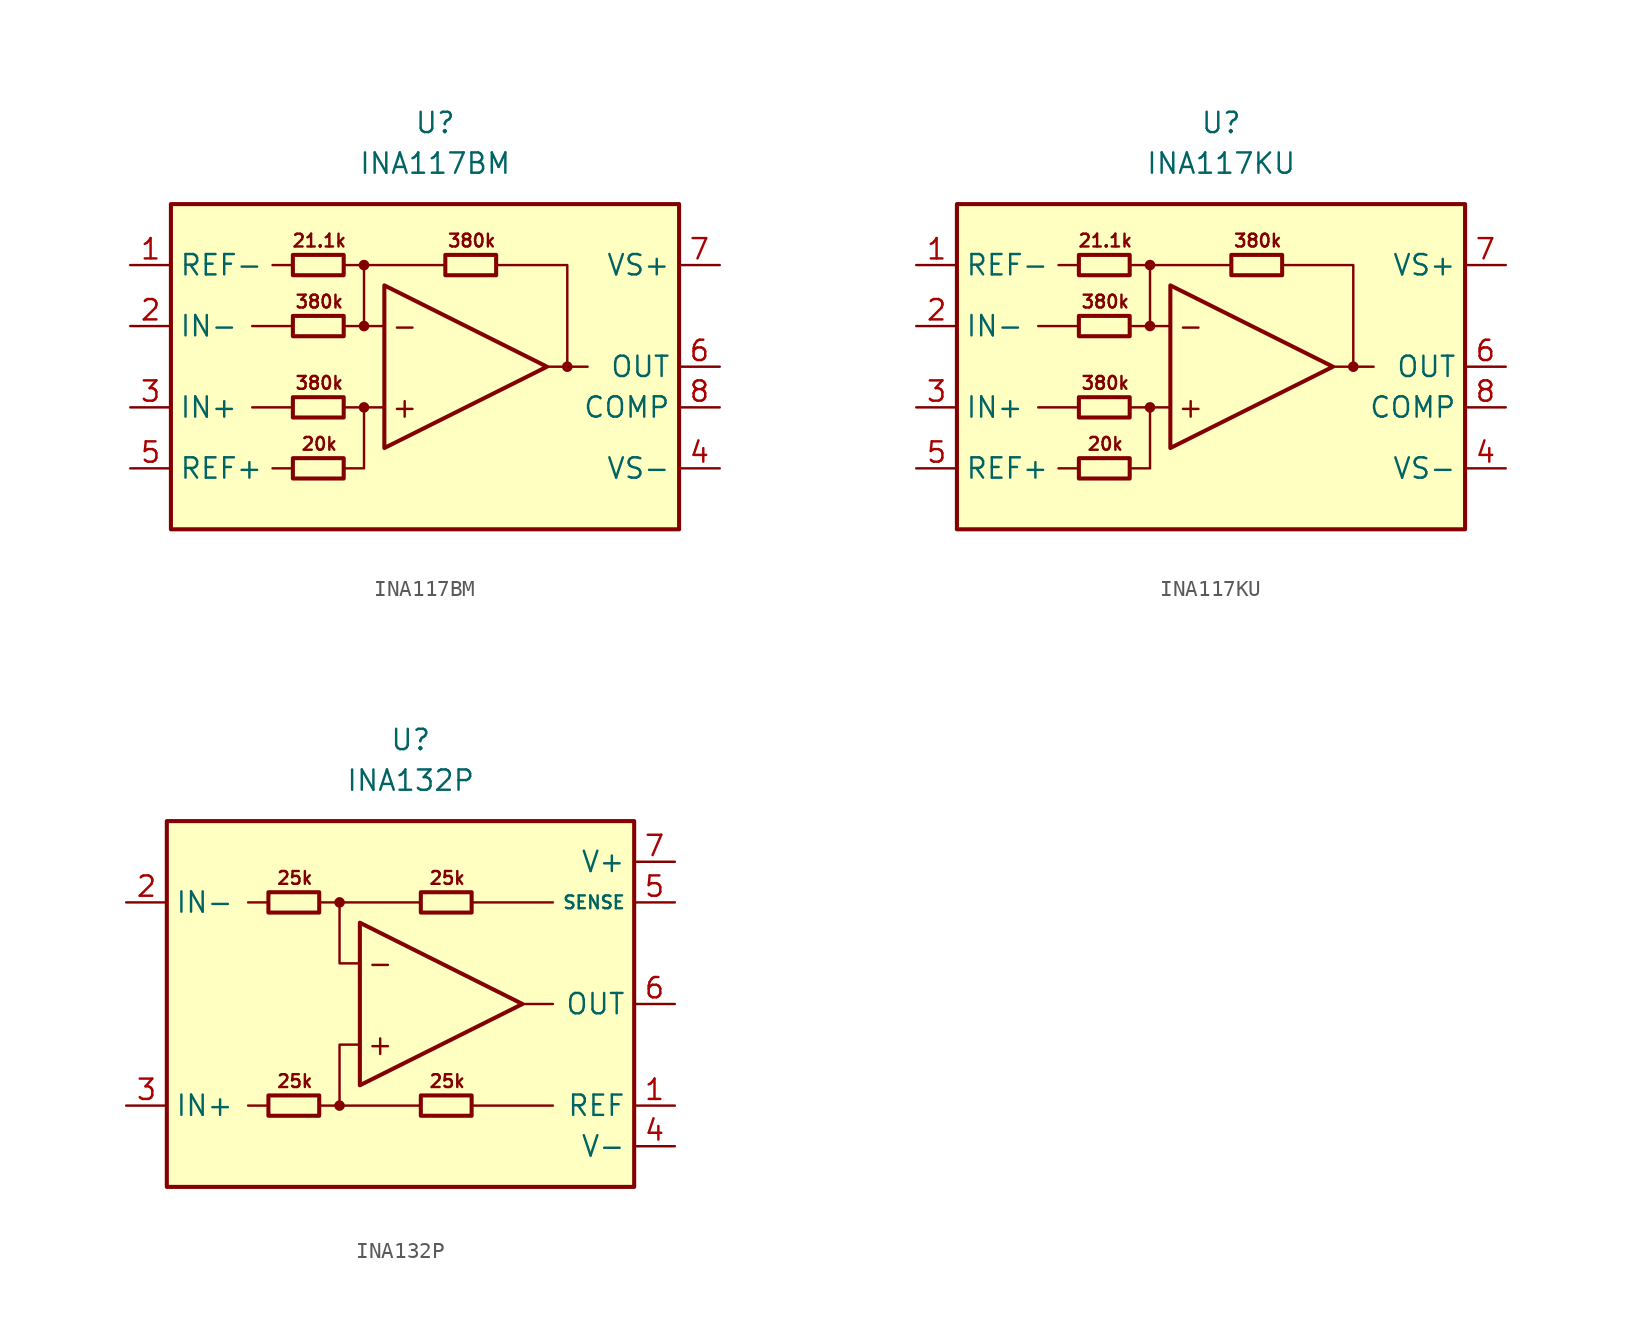
<source format=kicad_sym>
(kicad_symbol_lib
  (version 20211014)
  (generator kicad_symbol_editor)
  (symbol "INA117BM"
    (property "Reference" "U"
      (at 0 15.24 0)
      (effects (font (size 1.27 1.27))))
    (property "Value" "INA117BM"
      (at 0 12.7 0)
      (effects (font (size 1.27 1.27))))
    (symbol "INA117BM_0_0"
      (rectangle (start -16.51 10.16) (end 15.24 -10.16) (stroke (width 0.254) (type default) (color 0 0 0 0)) (fill (type background)))
      (circle (center -4.445 -2.54) (radius 0.254) (stroke (width 0.152) (type default) (color 0 0 0 0)) (fill (type outline)))
      (circle (center -4.445 2.54) (radius 0.254) (stroke (width 0.152) (type default) (color 0 0 0 0)) (fill (type outline)))
      (circle (center -4.445 6.35) (radius 0.254) (stroke (width 0.152) (type default) (color 0 0 0 0)) (fill (type outline)))
      (polyline (pts (xy -8.89 -6.35) (xy -10.16 -6.35)) (stroke (width 0.152) (type default) (color 0 0 0 0)) (fill (type none)))
      (polyline (pts (xy -8.89 -2.54) (xy -11.43 -2.54)) (stroke (width 0.152) (type default) (color 0 0 0 0)) (fill (type none)))
      (polyline (pts (xy -8.89 2.54) (xy -11.43 2.54)) (stroke (width 0.152) (type default) (color 0 0 0 0)) (fill (type none)))
      (polyline (pts (xy -8.89 6.35) (xy -10.16 6.35)) (stroke (width 0.152) (type default) (color 0 0 0 0)) (fill (type none)))
      (polyline (pts (xy -5.715 6.35) (xy 0.635 6.35)) (stroke (width 0.152) (type default) (color 0 0 0 0)) (fill (type none)))
      (polyline (pts (xy -4.445 2.54) (xy -4.445 6.35)) (stroke (width 0.152) (type default) (color 0 0 0 0)) (fill (type none)))
      (polyline (pts (xy -3.175 -2.54) (xy -5.715 -2.54)) (stroke (width 0.152) (type default) (color 0 0 0 0)) (fill (type none)))
      (polyline (pts (xy -3.175 2.54) (xy -5.715 2.54)) (stroke (width 0.152) (type default) (color 0 0 0 0)) (fill (type none)))
      (polyline (pts (xy 8.255 0) (xy 9.525 0)) (stroke (width 0.152) (type default) (color 0 0 0 0)) (fill (type none)))
      (polyline (pts (xy -5.715 -6.35) (xy -4.445 -6.35) (xy -4.445 -2.54)) (stroke (width 0.152) (type default) (color 0 0 0 0)) (fill (type none)))
      (polyline (pts (xy 3.81 6.35) (xy 8.255 6.35) (xy 8.255 0) (xy 6.985 0)) (stroke (width 0.152) (type default) (color 0 0 0 0)) (fill (type none)))
      (circle (center 8.255 0) (radius 0.254) (stroke (width 0.152) (type default) (color 0 0 0 0)) (fill (type outline)))
      (text "+" (at -1.905 -2.54 0) (effects (font (size 1.27 1.27))))
      (text "-" (at -1.905 2.54 0) (effects (font (size 1.27 1.27))))
      (text "20k" (at -7.239 -4.826 0) (effects (font (size 0.8 0.8))))
      (text "21.1k" (at -7.239 7.874 0) (effects (font (size 0.8 0.8))))
      (text "380k" (at -7.239 -1.016 0) (effects (font (size 0.8 0.8))))
      (text "380k" (at -7.239 4.064 0) (effects (font (size 0.8 0.8))))
      (text "380k" (at 2.286 7.874 0) (effects (font (size 0.8 0.8)))))
    (symbol "INA117BM_0_1"
      (rectangle (start -8.89 -5.715) (end -5.715 -6.985) (stroke (width 0.254) (type default) (color 0 0 0 0)) (fill (type none)))
      (rectangle (start -8.89 -1.905) (end -5.715 -3.175) (stroke (width 0.254) (type default) (color 0 0 0 0)) (fill (type none)))
      (rectangle (start -8.89 3.175) (end -5.715 1.905) (stroke (width 0.254) (type default) (color 0 0 0 0)) (fill (type none)))
      (rectangle (start -8.89 6.985) (end -5.715 5.715) (stroke (width 0.254) (type default) (color 0 0 0 0)) (fill (type none)))
      (polyline (pts (xy -3.175 5.08) (xy -3.175 -5.08) (xy 6.985 0) (xy -3.175 5.08)) (stroke (width 0.254) (type default) (color 0 0 0 0)) (fill (type none)))
      (rectangle (start 0.635 6.985) (end 3.81 5.715) (stroke (width 0.254) (type default) (color 0 0 0 0)) (fill (type none))))
    (symbol "INA117BM_1_1"
      (pin input line (at -19.05 6.35 0) (length 2.54) (name "REF-" (effects (font (size 1.27 1.27)))) (number "1" (effects (font (size 1.27 1.27)))))
      (pin input line (at -19.05 2.54 0) (length 2.54) (name "IN-" (effects (font (size 1.27 1.27)))) (number "2" (effects (font (size 1.27 1.27)))))
      (pin input line (at -19.05 -2.54 0) (length 2.54) (name "IN+" (effects (font (size 1.27 1.27)))) (number "3" (effects (font (size 1.27 1.27)))))
      (pin power_in line (at 17.78 -6.35 180) (length 2.54) (name "VS-" (effects (font (size 1.27 1.27)))) (number "4" (effects (font (size 1.27 1.27)))))
      (pin input line (at -19.05 -6.35 0) (length 2.54) (name "REF+" (effects (font (size 1.27 1.27)))) (number "5" (effects (font (size 1.27 1.27)))))
      (pin output line (at 17.78 0 180) (length 2.54) (name "OUT" (effects (font (size 1.27 1.27)))) (number "6" (effects (font (size 1.27 1.27)))))
      (pin power_in line (at 17.78 6.35 180) (length 2.54) (name "VS+" (effects (font (size 1.27 1.27)))) (number "7" (effects (font (size 1.27 1.27)))))
      (pin passive line (at 17.78 -2.54 180) (length 2.54) (name "COMP" (effects (font (size 1.27 1.27)))) (number "8" (effects (font (size 1.27 1.27)))))))
  (symbol "INA117KU"
    (property "Reference" "U"
      (at 0 15.24 0)
      (effects (font (size 1.27 1.27))))
    (property "Value" "INA117KU"
      (at 0 12.7 0)
      (effects (font (size 1.27 1.27))))
    (symbol "INA117KU_0_0"
      (rectangle (start -16.51 10.16) (end 15.24 -10.16) (stroke (width 0.254) (type default) (color 0 0 0 0)) (fill (type background)))
      (circle (center -4.445 -2.54) (radius 0.254) (stroke (width 0.152) (type default) (color 0 0 0 0)) (fill (type outline)))
      (circle (center -4.445 2.54) (radius 0.254) (stroke (width 0.152) (type default) (color 0 0 0 0)) (fill (type outline)))
      (circle (center -4.445 6.35) (radius 0.254) (stroke (width 0.152) (type default) (color 0 0 0 0)) (fill (type outline)))
      (polyline (pts (xy -8.89 -6.35) (xy -10.16 -6.35)) (stroke (width 0.152) (type default) (color 0 0 0 0)) (fill (type none)))
      (polyline (pts (xy -8.89 -2.54) (xy -11.43 -2.54)) (stroke (width 0.152) (type default) (color 0 0 0 0)) (fill (type none)))
      (polyline (pts (xy -8.89 2.54) (xy -11.43 2.54)) (stroke (width 0.152) (type default) (color 0 0 0 0)) (fill (type none)))
      (polyline (pts (xy -8.89 6.35) (xy -10.16 6.35)) (stroke (width 0.152) (type default) (color 0 0 0 0)) (fill (type none)))
      (polyline (pts (xy -5.715 6.35) (xy 0.635 6.35)) (stroke (width 0.152) (type default) (color 0 0 0 0)) (fill (type none)))
      (polyline (pts (xy -4.445 2.54) (xy -4.445 6.35)) (stroke (width 0.152) (type default) (color 0 0 0 0)) (fill (type none)))
      (polyline (pts (xy -3.175 -2.54) (xy -5.715 -2.54)) (stroke (width 0.152) (type default) (color 0 0 0 0)) (fill (type none)))
      (polyline (pts (xy -3.175 2.54) (xy -5.715 2.54)) (stroke (width 0.152) (type default) (color 0 0 0 0)) (fill (type none)))
      (polyline (pts (xy 8.255 0) (xy 9.525 0)) (stroke (width 0.152) (type default) (color 0 0 0 0)) (fill (type none)))
      (polyline (pts (xy -5.715 -6.35) (xy -4.445 -6.35) (xy -4.445 -2.54)) (stroke (width 0.152) (type default) (color 0 0 0 0)) (fill (type none)))
      (polyline (pts (xy 3.81 6.35) (xy 8.255 6.35) (xy 8.255 0) (xy 6.985 0)) (stroke (width 0.152) (type default) (color 0 0 0 0)) (fill (type none)))
      (circle (center 8.255 0) (radius 0.254) (stroke (width 0.152) (type default) (color 0 0 0 0)) (fill (type outline)))
      (text "+" (at -1.905 -2.54 0) (effects (font (size 1.27 1.27))))
      (text "-" (at -1.905 2.54 0) (effects (font (size 1.27 1.27))))
      (text "20k" (at -7.239 -4.826 0) (effects (font (size 0.8 0.8))))
      (text "21.1k" (at -7.239 7.874 0) (effects (font (size 0.8 0.8))))
      (text "380k" (at -7.239 -1.016 0) (effects (font (size 0.8 0.8))))
      (text "380k" (at -7.239 4.064 0) (effects (font (size 0.8 0.8))))
      (text "380k" (at 2.286 7.874 0) (effects (font (size 0.8 0.8)))))
    (symbol "INA117KU_0_1"
      (rectangle (start -8.89 -5.715) (end -5.715 -6.985) (stroke (width 0.254) (type default) (color 0 0 0 0)) (fill (type none)))
      (rectangle (start -8.89 -1.905) (end -5.715 -3.175) (stroke (width 0.254) (type default) (color 0 0 0 0)) (fill (type none)))
      (rectangle (start -8.89 3.175) (end -5.715 1.905) (stroke (width 0.254) (type default) (color 0 0 0 0)) (fill (type none)))
      (rectangle (start -8.89 6.985) (end -5.715 5.715) (stroke (width 0.254) (type default) (color 0 0 0 0)) (fill (type none)))
      (polyline (pts (xy -3.175 5.08) (xy -3.175 -5.08) (xy 6.985 0) (xy -3.175 5.08)) (stroke (width 0.254) (type default) (color 0 0 0 0)) (fill (type none)))
      (rectangle (start 0.635 6.985) (end 3.81 5.715) (stroke (width 0.254) (type default) (color 0 0 0 0)) (fill (type none))))
    (symbol "INA117KU_1_1"
      (pin input line (at -19.05 6.35 0) (length 2.54) (name "REF-" (effects (font (size 1.27 1.27)))) (number "1" (effects (font (size 1.27 1.27)))))
      (pin input line (at -19.05 2.54 0) (length 2.54) (name "IN-" (effects (font (size 1.27 1.27)))) (number "2" (effects (font (size 1.27 1.27)))))
      (pin input line (at -19.05 -2.54 0) (length 2.54) (name "IN+" (effects (font (size 1.27 1.27)))) (number "3" (effects (font (size 1.27 1.27)))))
      (pin power_in line (at 17.78 -6.35 180) (length 2.54) (name "VS-" (effects (font (size 1.27 1.27)))) (number "4" (effects (font (size 1.27 1.27)))))
      (pin input line (at -19.05 -6.35 0) (length 2.54) (name "REF+" (effects (font (size 1.27 1.27)))) (number "5" (effects (font (size 1.27 1.27)))))
      (pin output line (at 17.78 0 180) (length 2.54) (name "OUT" (effects (font (size 1.27 1.27)))) (number "6" (effects (font (size 1.27 1.27)))))
      (pin power_in line (at 17.78 6.35 180) (length 2.54) (name "VS+" (effects (font (size 1.27 1.27)))) (number "7" (effects (font (size 1.27 1.27)))))
      (pin passive line (at 17.78 -2.54 180) (length 2.54) (name "COMP" (effects (font (size 1.27 1.27)))) (number "8" (effects (font (size 1.27 1.27)))))))
  (symbol "INA132P"
    (property "Reference" "U"
      (at 0 16.51 0)
      (effects (font (size 1.27 1.27))))
    (property "Value" "INA132P"
      (at 0 13.97 0)
      (effects (font (size 1.27 1.27))))
    (symbol "INA132P_0_0"
      (rectangle (start -15.24 11.43) (end 13.97 -11.43) (stroke (width 0.254) (type default) (color 0 0 0 0)) (fill (type background)))
      (circle (center -4.445 -6.35) (radius 0.254) (stroke (width 0.152) (type default) (color 0 0 0 0)) (fill (type outline)))
      (circle (center -4.445 6.35) (radius 0.254) (stroke (width 0.152) (type default) (color 0 0 0 0)) (fill (type outline)))
      (polyline (pts (xy -8.89 -6.35) (xy -10.16 -6.35)) (stroke (width 0.152) (type default) (color 0 0 0 0)) (fill (type none)))
      (polyline (pts (xy -8.89 6.35) (xy -10.16 6.35)) (stroke (width 0.152) (type default) (color 0 0 0 0)) (fill (type none)))
      (polyline (pts (xy -4.445 6.35) (xy 0.635 6.35)) (stroke (width 0.152) (type default) (color 0 0 0 0)) (fill (type none)))
      (polyline (pts (xy 0.635 -6.35) (xy -4.445 -6.35)) (stroke (width 0.152) (type default) (color 0 0 0 0)) (fill (type none)))
      (polyline (pts (xy 3.81 -6.35) (xy 8.89 -6.35)) (stroke (width 0.152) (type default) (color 0 0 0 0)) (fill (type none)))
      (polyline (pts (xy 3.81 6.35) (xy 8.89 6.35)) (stroke (width 0.152) (type default) (color 0 0 0 0)) (fill (type none)))
      (polyline (pts (xy 8.89 0) (xy 6.985 0)) (stroke (width 0.152) (type default) (color 0 0 0 0)) (fill (type none)))
      (polyline (pts (xy -5.715 -6.35) (xy -4.445 -6.35) (xy -4.445 -2.54) (xy -3.175 -2.54)) (stroke (width 0.152) (type default) (color 0 0 0 0)) (fill (type none)))
      (polyline (pts (xy -3.175 2.54) (xy -4.445 2.54) (xy -4.445 6.35) (xy -5.715 6.35)) (stroke (width 0.152) (type default) (color 0 0 0 0)) (fill (type none)))
      (text "+" (at -1.905 -2.54 0) (effects (font (size 1.27 1.27))))
      (text "-" (at -1.905 2.54 0) (effects (font (size 1.27 1.27))))
      (text "25k" (at -7.239 -4.826 0) (effects (font (size 0.8 0.8))))
      (text "25k" (at -7.239 7.874 0) (effects (font (size 0.8 0.8))))
      (text "25k" (at 2.286 -4.826 0) (effects (font (size 0.8 0.8))))
      (text "25k" (at 2.286 7.874 0) (effects (font (size 0.8 0.8)))))
    (symbol "INA132P_0_1"
      (rectangle (start -8.89 -5.715) (end -5.715 -6.985) (stroke (width 0.254) (type default) (color 0 0 0 0)) (fill (type none)))
      (rectangle (start -8.89 6.985) (end -5.715 5.715) (stroke (width 0.254) (type default) (color 0 0 0 0)) (fill (type none)))
      (polyline (pts (xy -3.175 5.08) (xy -3.175 -5.08) (xy 6.985 0) (xy -3.175 5.08)) (stroke (width 0.254) (type default) (color 0 0 0 0)) (fill (type none)))
      (rectangle (start 0.635 -5.715) (end 3.81 -6.985) (stroke (width 0.254) (type default) (color 0 0 0 0)) (fill (type none)))
      (rectangle (start 0.635 6.985) (end 3.81 5.715) (stroke (width 0.254) (type default) (color 0 0 0 0)) (fill (type none))))
    (symbol "INA132P_1_1"
      (pin input line (at 16.51 -6.35 180) (length 2.54) (name "REF" (effects (font (size 1.27 1.27)))) (number "1" (effects (font (size 1.27 1.27)))))
      (pin input line (at -17.78 6.35 0) (length 2.54) (name "IN-" (effects (font (size 1.27 1.27)))) (number "2" (effects (font (size 1.27 1.27)))))
      (pin input line (at -17.78 -6.35 0) (length 2.54) (name "IN+" (effects (font (size 1.27 1.27)))) (number "3" (effects (font (size 1.27 1.27)))))
      (pin power_in line (at 16.51 -8.89 180) (length 2.54) (name "V-" (effects (font (size 1.27 1.27)))) (number "4" (effects (font (size 1.27 1.27)))))
      (pin input line (at 16.51 6.35 180) (length 2.54) (name "SENSE" (effects (font (size 0.8 0.8)))) (number "5" (effects (font (size 1.27 1.27)))))
      (pin output line (at 16.51 0 180) (length 2.54) (name "OUT" (effects (font (size 1.27 1.27)))) (number "6" (effects (font (size 1.27 1.27)))))
      (pin power_in line (at 16.51 8.89 180) (length 2.54) (name "V+" (effects (font (size 1.27 1.27)))) (number "7" (effects (font (size 1.27 1.27)))))
      (pin no_connect line (at -10.16 0 0) (length 2.54) hide (name "NC" (effects (font (size 1.27 1.27)))) (number "8" (effects (font (size 1.27 1.27))))))))
</source>
